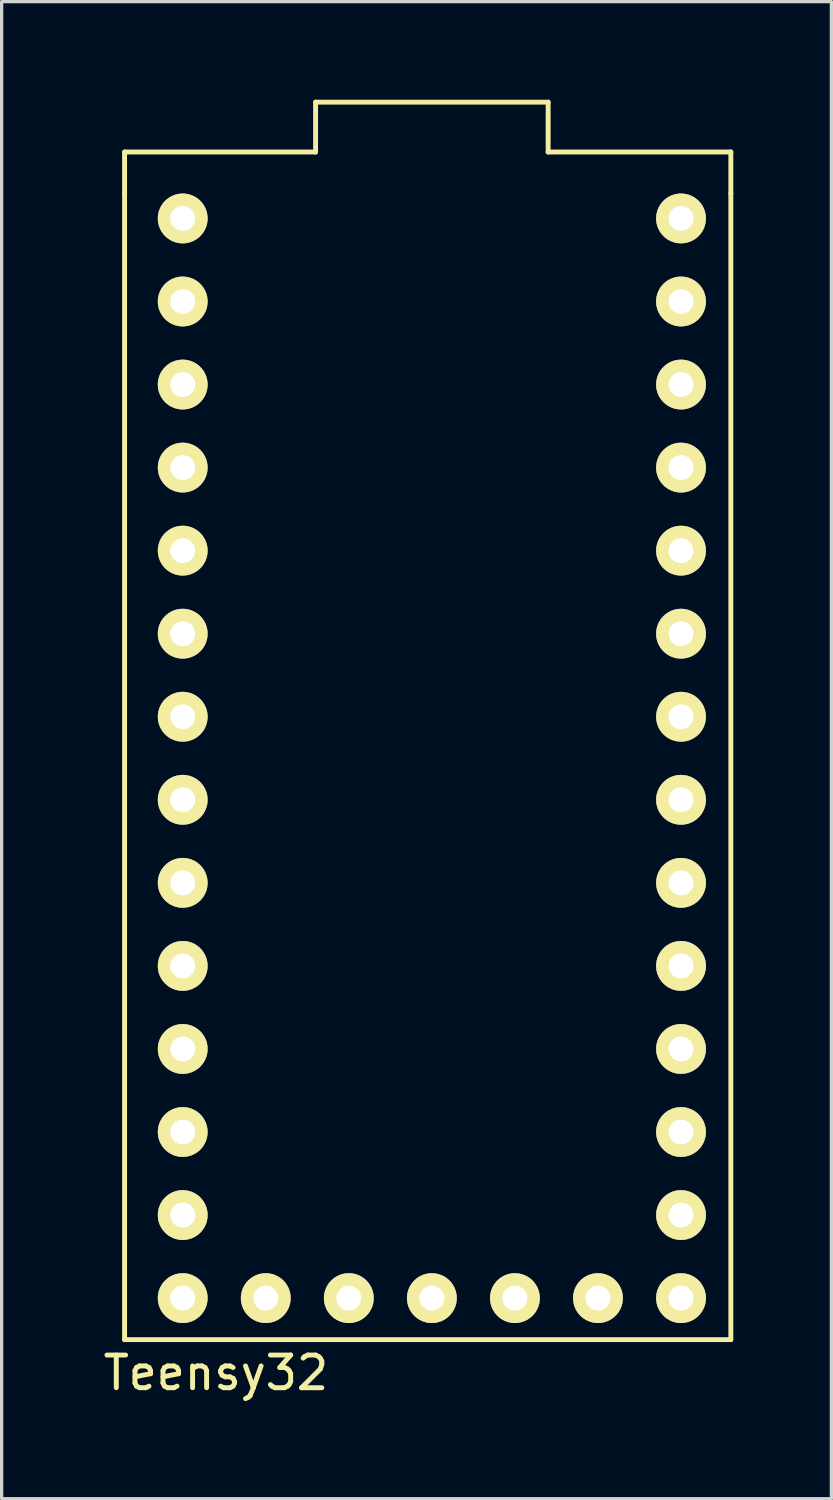
<source format=kicad_pcb>
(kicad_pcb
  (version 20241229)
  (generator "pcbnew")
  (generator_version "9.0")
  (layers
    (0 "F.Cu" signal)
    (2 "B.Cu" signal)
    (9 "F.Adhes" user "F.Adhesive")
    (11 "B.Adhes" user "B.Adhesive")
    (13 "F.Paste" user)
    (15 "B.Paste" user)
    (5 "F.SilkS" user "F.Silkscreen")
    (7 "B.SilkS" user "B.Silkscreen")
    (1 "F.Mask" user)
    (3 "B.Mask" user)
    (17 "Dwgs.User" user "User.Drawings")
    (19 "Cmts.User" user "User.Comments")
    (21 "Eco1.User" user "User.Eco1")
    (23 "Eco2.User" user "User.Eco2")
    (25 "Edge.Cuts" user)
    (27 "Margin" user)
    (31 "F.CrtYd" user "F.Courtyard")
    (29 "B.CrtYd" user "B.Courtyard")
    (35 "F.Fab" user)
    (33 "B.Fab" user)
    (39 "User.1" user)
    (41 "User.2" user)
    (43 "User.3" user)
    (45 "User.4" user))
  (footprint "Teensy32"
    (layer "F.Cu")
    (at 10.158 18.871)
    (property "Reference" "Teensy32" (at -6.604 20.066 0) (layer "F.SilkS") (effects (font (size 1 1) (thickness 0.15))))
    (attr through_hole)
    (fp_line (start -9.398 -17.272) (end -9.398 -16.002) (stroke (width 0.15) (type solid)) (layer "F.SilkS"))
    (fp_line (start -9.398 -16.002) (end -9.398 19.05) (stroke (width 0.15) (type solid)) (layer "F.SilkS"))
    (fp_line (start -9.398 19.05) (end 9.144 19.05) (stroke (width 0.15) (type solid)) (layer "F.SilkS"))
    (fp_line (start -3.556 -18.796) (end -3.556 -17.272) (stroke (width 0.15) (type solid)) (layer "F.SilkS"))
    (fp_line (start -3.556 -17.272) (end -9.398 -17.272) (stroke (width 0.15) (type solid)) (layer "F.SilkS"))
    (fp_line (start 3.556 -18.796) (end -3.556 -18.796) (stroke (width 0.15) (type solid)) (layer "F.SilkS"))
    (fp_line (start 3.556 -17.272) (end 3.556 -18.796) (stroke (width 0.15) (type solid)) (layer "F.SilkS"))
    (fp_line (start 9.144 -17.272) (end 3.556 -17.272) (stroke (width 0.15) (type solid)) (layer "F.SilkS"))
    (fp_line (start 9.144 -16.002) (end 9.144 -17.272) (stroke (width 0.15) (type solid)) (layer "F.SilkS"))
    (fp_line (start 9.144 19.05) (end 9.144 -16.002) (stroke (width 0.15) (type solid)) (layer "F.SilkS"))
    (pad "1" thru_hole circle (at -7.62 -15.24) (size 1.524 1.524) (drill 0.762) (layers "*.Cu" "*.Mask" "F.SilkS"))
    (pad "2" thru_hole circle (at -7.62 -12.7) (size 1.524 1.524) (drill 0.762) (layers "*.Cu" "*.Mask" "F.SilkS"))
    (pad "3" thru_hole circle (at -7.62 -10.16) (size 1.524 1.524) (drill 0.762) (layers "*.Cu" "*.Mask" "F.SilkS"))
    (pad "4" thru_hole circle (at -7.62 -7.62) (size 1.524 1.524) (drill 0.762) (layers "*.Cu" "*.Mask" "F.SilkS"))
    (pad "5" thru_hole circle (at -7.62 -5.08) (size 1.524 1.524) (drill 0.762) (layers "*.Cu" "*.Mask" "F.SilkS"))
    (pad "6" thru_hole circle (at -7.62 -2.54) (size 1.524 1.524) (drill 0.762) (layers "*.Cu" "*.Mask" "F.SilkS"))
    (pad "7" thru_hole circle (at -7.62 0) (size 1.524 1.524) (drill 0.762) (layers "*.Cu" "*.Mask" "F.SilkS"))
    (pad "8" thru_hole circle (at -7.62 2.54) (size 1.524 1.524) (drill 0.762) (layers "*.Cu" "*.Mask" "F.SilkS"))
    (pad "9" thru_hole circle (at -7.62 5.08) (size 1.524 1.524) (drill 0.762) (layers "*.Cu" "*.Mask" "F.SilkS"))
    (pad "10" thru_hole circle (at -7.62 7.62) (size 1.524 1.524) (drill 0.762) (layers "*.Cu" "*.Mask" "F.SilkS"))
    (pad "11" thru_hole circle (at -7.62 10.16) (size 1.524 1.524) (drill 0.762) (layers "*.Cu" "*.Mask" "F.SilkS"))
    (pad "12" thru_hole circle (at -7.62 12.7) (size 1.524 1.524) (drill 0.762) (layers "*.Cu" "*.Mask" "F.SilkS"))
    (pad "13" thru_hole circle (at -7.62 15.24) (size 1.524 1.524) (drill 0.762) (layers "*.Cu" "*.Mask" "F.SilkS"))
    (pad "14" thru_hole circle (at -7.62 17.78) (size 1.524 1.524) (drill 0.762) (layers "*.Cu" "*.Mask" "F.SilkS"))
    (pad "15" thru_hole circle (at 7.62 17.78) (size 1.524 1.524) (drill 0.762) (layers "*.Cu" "*.Mask" "F.SilkS"))
    (pad "16" thru_hole circle (at 7.62 15.24) (size 1.524 1.524) (drill 0.762) (layers "*.Cu" "*.Mask" "F.SilkS"))
    (pad "17" thru_hole circle (at 7.62 12.7) (size 1.524 1.524) (drill 0.762) (layers "*.Cu" "*.Mask" "F.SilkS"))
    (pad "18" thru_hole circle (at 7.62 10.16) (size 1.524 1.524) (drill 0.762) (layers "*.Cu" "*.Mask" "F.SilkS"))
    (pad "19" thru_hole circle (at 7.62 7.62) (size 1.524 1.524) (drill 0.762) (layers "*.Cu" "*.Mask" "F.SilkS"))
    (pad "20" thru_hole circle (at 7.62 5.08) (size 1.524 1.524) (drill 0.762) (layers "*.Cu" "*.Mask" "F.SilkS"))
    (pad "21" thru_hole circle (at 7.62 2.54) (size 1.524 1.524) (drill 0.762) (layers "*.Cu" "*.Mask" "F.SilkS"))
    (pad "22" thru_hole circle (at 7.62 0) (size 1.524 1.524) (drill 0.762) (layers "*.Cu" "*.Mask" "F.SilkS"))
    (pad "23" thru_hole circle (at 7.62 -2.54) (size 1.524 1.524) (drill 0.762) (layers "*.Cu" "*.Mask" "F.SilkS"))
    (pad "24" thru_hole circle (at 7.62 -5.08) (size 1.524 1.524) (drill 0.762) (layers "*.Cu" "*.Mask" "F.SilkS"))
    (pad "25" thru_hole circle (at 7.62 -7.62) (size 1.524 1.524) (drill 0.762) (layers "*.Cu" "*.Mask" "F.SilkS"))
    (pad "26" thru_hole circle (at 7.62 -10.16) (size 1.524 1.524) (drill 0.762) (layers "*.Cu" "*.Mask" "F.SilkS"))
    (pad "27" thru_hole circle (at 7.62 -12.7) (size 1.524 1.524) (drill 0.762) (layers "*.Cu" "*.Mask" "F.SilkS"))
    (pad "28" thru_hole circle (at 7.62 -15.24) (size 1.524 1.524) (drill 0.762) (layers "*.Cu" "*.Mask" "F.SilkS"))
    (pad "29" thru_hole circle (at 5.08 17.78 180) (size 1.524 1.524) (drill 0.762) (layers "*.Cu" "*.Mask" "F.SilkS"))
    (pad "30" thru_hole circle (at 2.54 17.78 180) (size 1.524 1.524) (drill 0.762) (layers "*.Cu" "*.Mask" "F.SilkS"))
    (pad "31" thru_hole circle (at 0 17.78 180) (size 1.524 1.524) (drill 0.762) (layers "*.Cu" "*.Mask" "F.SilkS"))
    (pad "32" thru_hole circle (at -2.54 17.78 180) (size 1.524 1.524) (drill 0.762) (layers "*.Cu" "*.Mask" "F.SilkS"))
    (pad "33" thru_hole circle (at -5.08 17.78 180) (size 1.524 1.524) (drill 0.762) (layers "*.Cu" "*.Mask" "F.SilkS")))
  (gr_rect
    (start -3 -3)
    (end 22.377 42.785)
    (stroke (width 0.1) (type default))
    (fill no)
    (layer "Edge.Cuts")))
</source>
